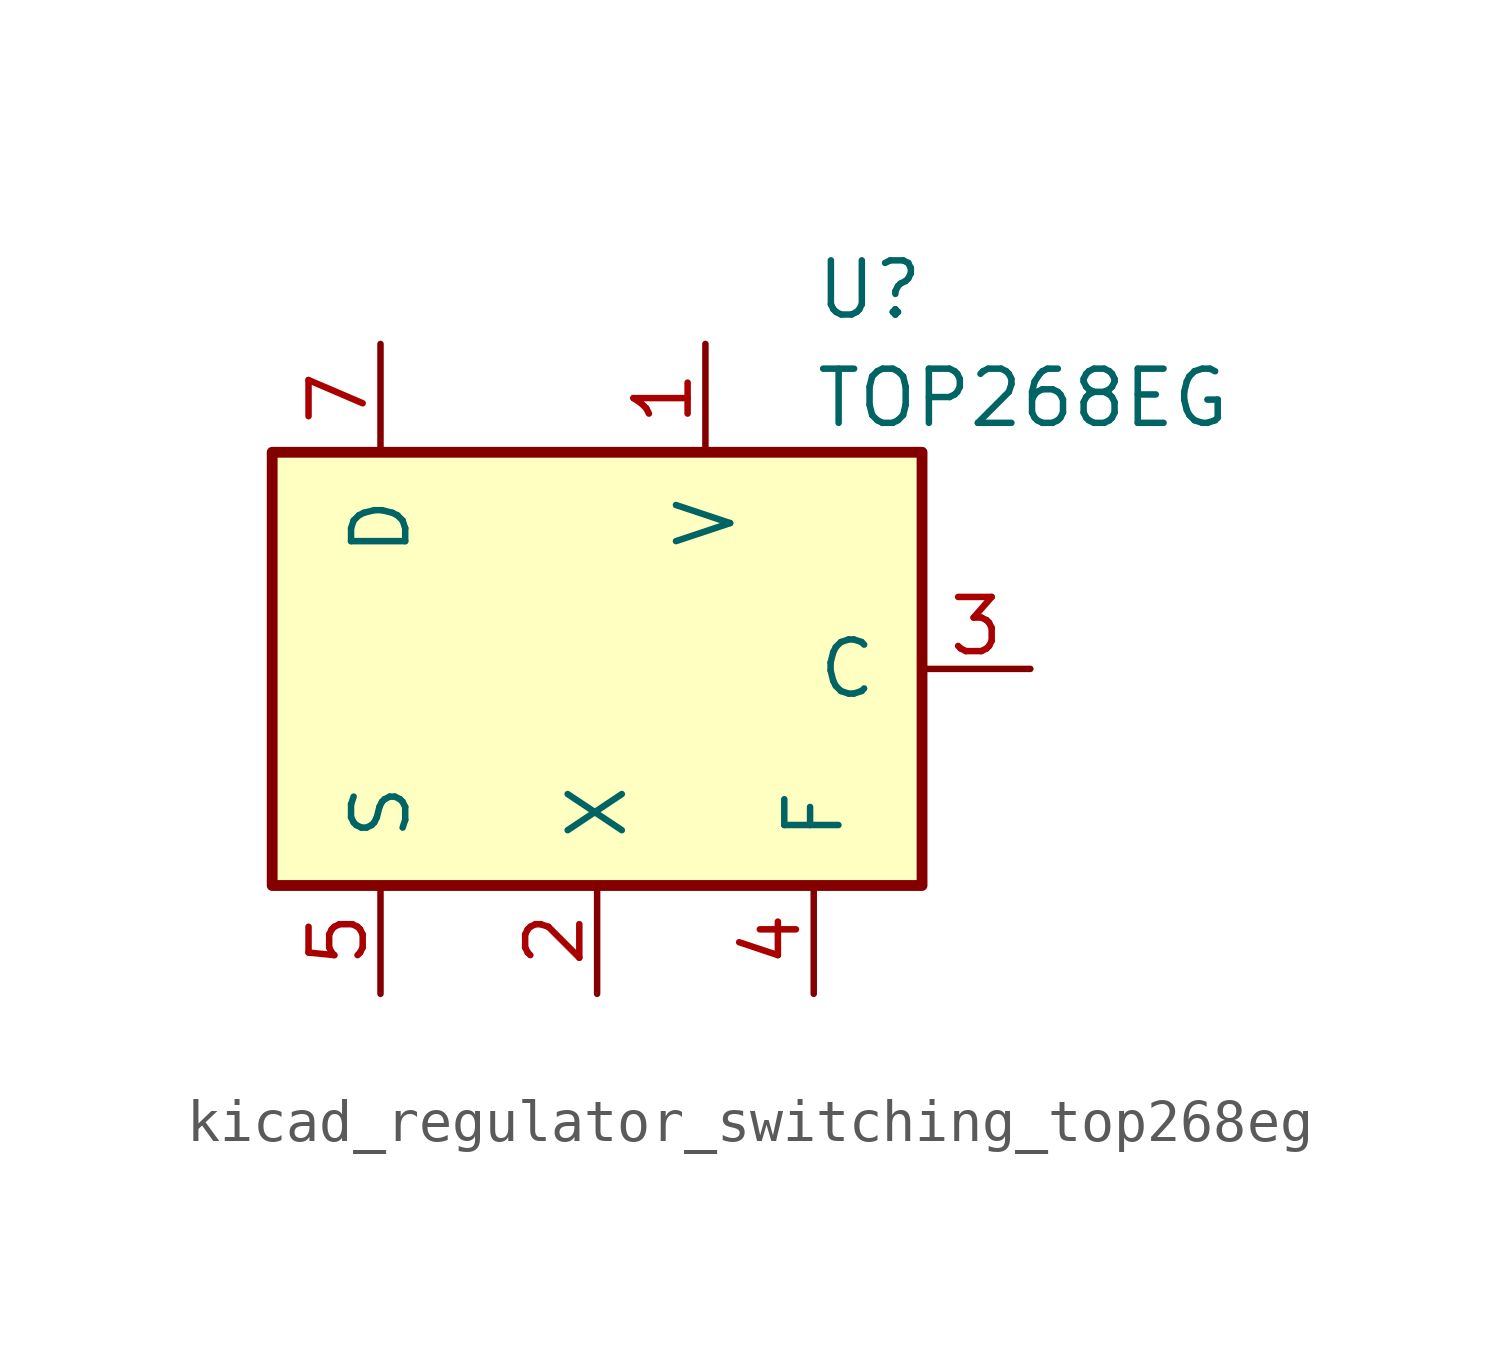
<source format=kicad_sym>
(kicad_symbol_lib
  (version 20220914)
  (generator kicad_symbol_editor)
  (symbol "kicad_regulator_switching_top268eg"
    (pin_names
      (offset 1.016))
    (property "Reference" "U"
      (at 5.08 8.89 0)
      (effects (font (size 1.27 1.27)) (justify left)))
    (property "Value" "TOP268EG"
      (at 5.08 6.35 0)
      (effects (font (size 1.27 1.27)) (justify left)))
    (symbol "kicad_regulator_switching_top268eg_0_1"
      (rectangle (start -7.62 5.08) (end 7.62 -5.08) (stroke (width 0.254) (type default)) (fill (type background))))
    (symbol "kicad_regulator_switching_top268eg_1_1"
      (pin input line (at 2.54 7.62 270) (length 2.54) (name "V" (effects (font (size 1.27 1.27)))) (number "1" (effects (font (size 1.27 1.27)))))
      (pin input line (at 0 -7.62 90) (length 2.54) (name "X" (effects (font (size 1.27 1.27)))) (number "2" (effects (font (size 1.27 1.27)))))
      (pin input line (at 10.16 0 180) (length 2.54) (name "C" (effects (font (size 1.27 1.27)))) (number "3" (effects (font (size 1.27 1.27)))))
      (pin passive line (at 5.08 -7.62 90) (length 2.54) (name "F" (effects (font (size 1.27 1.27)))) (number "4" (effects (font (size 1.27 1.27)))))
      (pin power_in line (at -5.08 -7.62 90) (length 2.54) (name "S" (effects (font (size 1.27 1.27)))) (number "5" (effects (font (size 1.27 1.27)))))
      (pin open_collector line (at -5.08 7.62 270) (length 2.54) (name "D" (effects (font (size 1.27 1.27)))) (number "7" (effects (font (size 1.27 1.27))))))))
</source>
